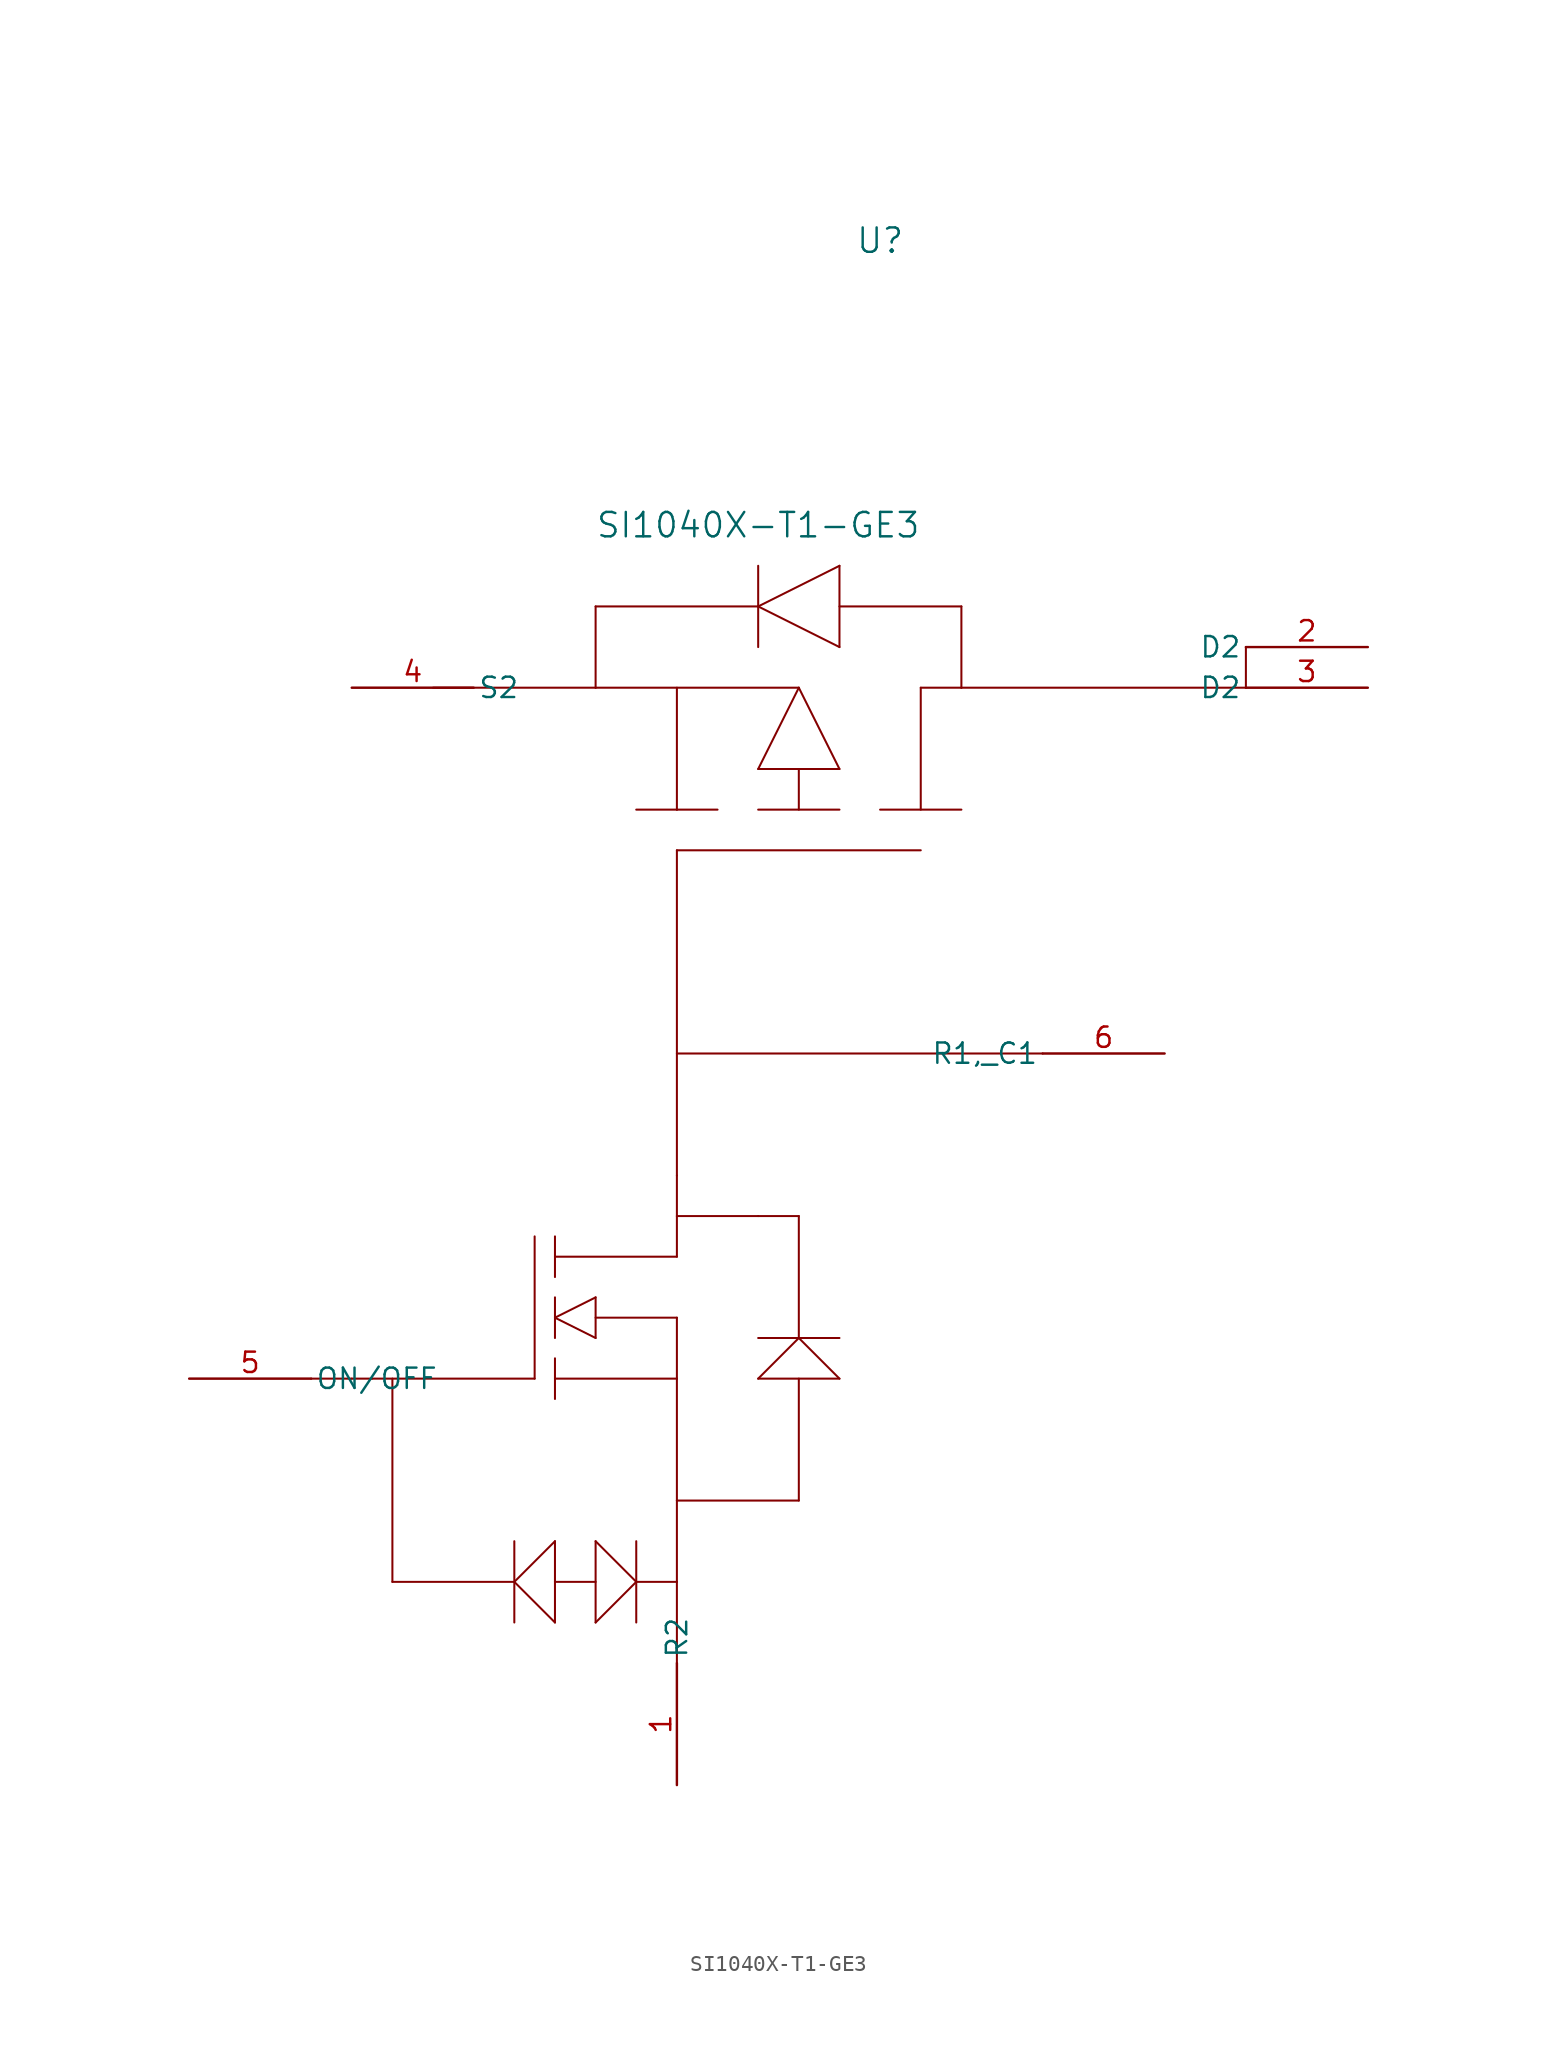
<source format=kicad_sym>
(kicad_symbol_lib
  (version 20211014)
  (generator kicad_symbol_editor)
  (symbol "SI1040X-T1-GE3"
    (pin_names
      (offset 0.254))
    (property "Reference" "U"
      (at 33.02 27.94 0)
      (effects (font (size 1.524 1.524))))
    (property "Value" "SI1040X-T1-GE3"
      (at 25.4 10.16 0)
      (effects (font (size 1.524 1.524))))
    (symbol "SI1040X-T1-GE3_0_1"
      (polyline (pts (xy 55.88 0) (xy 55.88 2.54)) (stroke (width 0.127) (type default) (color 0 0 0 0)) (fill (type none)))
      (polyline (pts (xy 55.88 0) (xy 38.1 0)) (stroke (width 0.127) (type default) (color 0 0 0 0)) (fill (type none)))
      (polyline (pts (xy 38.1 0) (xy 38.1 5.08)) (stroke (width 0.127) (type default) (color 0 0 0 0)) (fill (type none)))
      (polyline (pts (xy 38.1 5.08) (xy 30.48 5.08)) (stroke (width 0.127) (type default) (color 0 0 0 0)) (fill (type none)))
      (polyline (pts (xy 30.48 2.54) (xy 30.48 7.62)) (stroke (width 0.127) (type default) (color 0 0 0 0)) (fill (type none)))
      (polyline (pts (xy 30.48 7.62) (xy 25.4 5.08)) (stroke (width 0.127) (type default) (color 0 0 0 0)) (fill (type none)))
      (polyline (pts (xy 25.4 5.08) (xy 30.48 2.54)) (stroke (width 0.127) (type default) (color 0 0 0 0)) (fill (type none)))
      (polyline (pts (xy 25.4 2.54) (xy 25.4 7.62)) (stroke (width 0.127) (type default) (color 0 0 0 0)) (fill (type none)))
      (polyline (pts (xy 25.4 5.08) (xy 15.24 5.08)) (stroke (width 0.127) (type default) (color 0 0 0 0)) (fill (type none)))
      (polyline (pts (xy 15.24 5.08) (xy 15.24 0)) (stroke (width 0.127) (type default) (color 0 0 0 0)) (fill (type none)))
      (polyline (pts (xy 15.24 0) (xy 5.08 0)) (stroke (width 0.127) (type default) (color 0 0 0 0)) (fill (type none)))
      (polyline (pts (xy 15.24 0) (xy 27.94 0)) (stroke (width 0.127) (type default) (color 0 0 0 0)) (fill (type none)))
      (polyline (pts (xy 20.32 0) (xy 20.32 -7.62)) (stroke (width 0.127) (type default) (color 0 0 0 0)) (fill (type none)))
      (polyline (pts (xy 20.32 -7.62) (xy 17.78 -7.62)) (stroke (width 0.127) (type default) (color 0 0 0 0)) (fill (type none)))
      (polyline (pts (xy 20.32 -7.62) (xy 22.86 -7.62)) (stroke (width 0.127) (type default) (color 0 0 0 0)) (fill (type none)))
      (polyline (pts (xy 25.4 -7.62) (xy 30.48 -7.62)) (stroke (width 0.127) (type default) (color 0 0 0 0)) (fill (type none)))
      (polyline (pts (xy 33.02 -7.62) (xy 38.1 -7.62)) (stroke (width 0.127) (type default) (color 0 0 0 0)) (fill (type none)))
      (polyline (pts (xy 35.56 -7.62) (xy 35.56 0)) (stroke (width 0.127) (type default) (color 0 0 0 0)) (fill (type none)))
      (polyline (pts (xy 35.56 0) (xy 38.1 0)) (stroke (width 0.127) (type default) (color 0 0 0 0)) (fill (type none)))
      (polyline (pts (xy 27.94 0) (xy 25.4 -5.08)) (stroke (width 0.127) (type default) (color 0 0 0 0)) (fill (type none)))
      (polyline (pts (xy 25.4 -5.08) (xy 30.48 -5.08)) (stroke (width 0.127) (type default) (color 0 0 0 0)) (fill (type none)))
      (polyline (pts (xy 30.48 -5.08) (xy 27.94 0)) (stroke (width 0.127) (type default) (color 0 0 0 0)) (fill (type none)))
      (polyline (pts (xy 27.94 -5.08) (xy 27.94 -7.62)) (stroke (width 0.127) (type default) (color 0 0 0 0)) (fill (type none)))
      (polyline (pts (xy 35.56 -10.16) (xy 20.32 -10.16)) (stroke (width 0.127) (type default) (color 0 0 0 0)) (fill (type none)))
      (polyline (pts (xy 20.32 -10.16) (xy 20.32 -30.48)) (stroke (width 0.127) (type default) (color 0 0 0 0)) (fill (type none)))
      (polyline (pts (xy 20.32 -22.86) (xy 43.18 -22.86)) (stroke (width 0.127) (type default) (color 0 0 0 0)) (fill (type none)))
      (polyline (pts (xy 20.32 -30.48) (xy 20.32 -33.02)) (stroke (width 0.127) (type default) (color 0 0 0 0)) (fill (type none)))
      (polyline (pts (xy 20.32 -33.02) (xy 25.4 -33.02)) (stroke (width 0.127) (type default) (color 0 0 0 0)) (fill (type none)))
      (polyline (pts (xy 25.4 -33.02) (xy 27.94 -33.02)) (stroke (width 0.127) (type default) (color 0 0 0 0)) (fill (type none)))
      (polyline (pts (xy 27.94 -33.02) (xy 27.94 -40.64)) (stroke (width 0.127) (type default) (color 0 0 0 0)) (fill (type none)))
      (polyline (pts (xy 27.94 -40.64) (xy 25.4 -40.64)) (stroke (width 0.127) (type default) (color 0 0 0 0)) (fill (type none)))
      (polyline (pts (xy 27.94 -40.64) (xy 30.48 -40.64)) (stroke (width 0.127) (type default) (color 0 0 0 0)) (fill (type none)))
      (polyline (pts (xy 27.94 -40.64) (xy 25.4 -43.18)) (stroke (width 0.127) (type default) (color 0 0 0 0)) (fill (type none)))
      (polyline (pts (xy 25.4 -43.18) (xy 30.48 -43.18)) (stroke (width 0.127) (type default) (color 0 0 0 0)) (fill (type none)))
      (polyline (pts (xy 30.48 -43.18) (xy 27.94 -40.64)) (stroke (width 0.127) (type default) (color 0 0 0 0)) (fill (type none)))
      (polyline (pts (xy 27.94 -43.18) (xy 27.94 -50.8)) (stroke (width 0.127) (type default) (color 0 0 0 0)) (fill (type none)))
      (polyline (pts (xy 27.94 -50.8) (xy 20.32 -50.8)) (stroke (width 0.127) (type default) (color 0 0 0 0)) (fill (type none)))
      (polyline (pts (xy 20.32 -50.8) (xy 20.32 -43.18)) (stroke (width 0.127) (type default) (color 0 0 0 0)) (fill (type none)))
      (polyline (pts (xy 20.32 -43.18) (xy 12.7 -43.18)) (stroke (width 0.127) (type default) (color 0 0 0 0)) (fill (type none)))
      (polyline (pts (xy 12.7 -41.91) (xy 12.7 -44.45)) (stroke (width 0.127) (type default) (color 0 0 0 0)) (fill (type none)))
      (polyline (pts (xy 20.32 -43.18) (xy 20.32 -39.37)) (stroke (width 0.127) (type default) (color 0 0 0 0)) (fill (type none)))
      (polyline (pts (xy 20.32 -39.37) (xy 15.24 -39.37)) (stroke (width 0.127) (type default) (color 0 0 0 0)) (fill (type none)))
      (polyline (pts (xy 12.7 -40.64) (xy 12.7 -38.1)) (stroke (width 0.127) (type default) (color 0 0 0 0)) (fill (type none)))
      (polyline (pts (xy 12.7 -39.37) (xy 15.24 -38.1)) (stroke (width 0.127) (type default) (color 0 0 0 0)) (fill (type none)))
      (polyline (pts (xy 15.24 -38.1) (xy 15.24 -40.64)) (stroke (width 0.127) (type default) (color 0 0 0 0)) (fill (type none)))
      (polyline (pts (xy 15.24 -40.64) (xy 12.7 -39.37)) (stroke (width 0.127) (type default) (color 0 0 0 0)) (fill (type none)))
      (polyline (pts (xy 20.32 -33.02) (xy 20.32 -35.56)) (stroke (width 0.127) (type default) (color 0 0 0 0)) (fill (type none)))
      (polyline (pts (xy 20.32 -35.56) (xy 12.7 -35.56)) (stroke (width 0.127) (type default) (color 0 0 0 0)) (fill (type none)))
      (polyline (pts (xy 12.7 -36.83) (xy 12.7 -34.29)) (stroke (width 0.127) (type default) (color 0 0 0 0)) (fill (type none)))
      (polyline (pts (xy 11.43 -43.18) (xy 11.43 -34.29)) (stroke (width 0.127) (type default) (color 0 0 0 0)) (fill (type none)))
      (polyline (pts (xy 11.43 -43.18) (xy 1.27 -43.18)) (stroke (width 0.127) (type default) (color 0 0 0 0)) (fill (type none)))
      (polyline (pts (xy 0 -43.18) (xy -2.54 -43.18)) (stroke (width 0.127) (type default) (color 0 0 0 0)) (fill (type none)))
      (polyline (pts (xy 0 -43.18) (xy 1.27 -43.18)) (stroke (width 0.127) (type default) (color 0 0 0 0)) (fill (type none)))
      (polyline (pts (xy 2.54 -43.18) (xy 2.54 -55.88)) (stroke (width 0.127) (type default) (color 0 0 0 0)) (fill (type none)))
      (polyline (pts (xy 2.54 -55.88) (xy 10.16 -55.88)) (stroke (width 0.127) (type default) (color 0 0 0 0)) (fill (type none)))
      (polyline (pts (xy 10.16 -55.88) (xy 10.16 -53.34)) (stroke (width 0.127) (type default) (color 0 0 0 0)) (fill (type none)))
      (polyline (pts (xy 10.16 -58.42) (xy 10.16 -55.88)) (stroke (width 0.127) (type default) (color 0 0 0 0)) (fill (type none)))
      (polyline (pts (xy 12.7 -53.34) (xy 10.16 -55.88)) (stroke (width 0.127) (type default) (color 0 0 0 0)) (fill (type none)))
      (polyline (pts (xy 10.16 -55.88) (xy 12.7 -58.42)) (stroke (width 0.127) (type default) (color 0 0 0 0)) (fill (type none)))
      (polyline (pts (xy 12.7 -55.88) (xy 12.7 -53.34)) (stroke (width 0.127) (type default) (color 0 0 0 0)) (fill (type none)))
      (polyline (pts (xy 12.7 -55.88) (xy 12.7 -58.42)) (stroke (width 0.127) (type default) (color 0 0 0 0)) (fill (type none)))
      (polyline (pts (xy 12.7 -55.88) (xy 15.24 -55.88)) (stroke (width 0.127) (type default) (color 0 0 0 0)) (fill (type none)))
      (polyline (pts (xy 15.24 -58.42) (xy 15.24 -53.34)) (stroke (width 0.127) (type default) (color 0 0 0 0)) (fill (type none)))
      (polyline (pts (xy 15.24 -53.34) (xy 17.78 -55.88)) (stroke (width 0.127) (type default) (color 0 0 0 0)) (fill (type none)))
      (polyline (pts (xy 15.24 -58.42) (xy 17.78 -55.88)) (stroke (width 0.127) (type default) (color 0 0 0 0)) (fill (type none)))
      (polyline (pts (xy 17.78 -58.42) (xy 17.78 -53.34)) (stroke (width 0.127) (type default) (color 0 0 0 0)) (fill (type none)))
      (polyline (pts (xy 17.78 -55.88) (xy 20.32 -55.88)) (stroke (width 0.127) (type default) (color 0 0 0 0)) (fill (type none)))
      (polyline (pts (xy 20.32 -55.88) (xy 20.32 -50.8)) (stroke (width 0.127) (type default) (color 0 0 0 0)) (fill (type none)))
      (polyline (pts (xy 20.32 -55.88) (xy 20.32 -60.96)) (stroke (width 0.127) (type default) (color 0 0 0 0)) (fill (type none)))
      (pin bidirectional line (at 20.32 -68.58 90) (length 7.62) (name "R2" (effects (font (size 1.27 1.27)))) (number "1" (effects (font (size 1.27 1.27)))))
      (pin bidirectional line (at 63.5 2.54 180) (length 7.62) (name "D2" (effects (font (size 1.27 1.27)))) (number "2" (effects (font (size 1.27 1.27)))))
      (pin bidirectional line (at 63.5 0 180) (length 7.62) (name "D2" (effects (font (size 1.27 1.27)))) (number "3" (effects (font (size 1.27 1.27)))))
      (pin unspecified line (at 0 0 0) (length 7.62) (name "S2" (effects (font (size 1.27 1.27)))) (number "4" (effects (font (size 1.27 1.27)))))
      (pin unspecified line (at -10.16 -43.18 0) (length 7.62) (name "ON/OFF" (effects (font (size 1.27 1.27)))) (number "5" (effects (font (size 1.27 1.27)))))
      (pin bidirectional line (at 50.8 -22.86 180) (length 7.62) (name "R1, C1" (effects (font (size 1.27 1.27)))) (number "6" (effects (font (size 1.27 1.27))))))))
</source>
